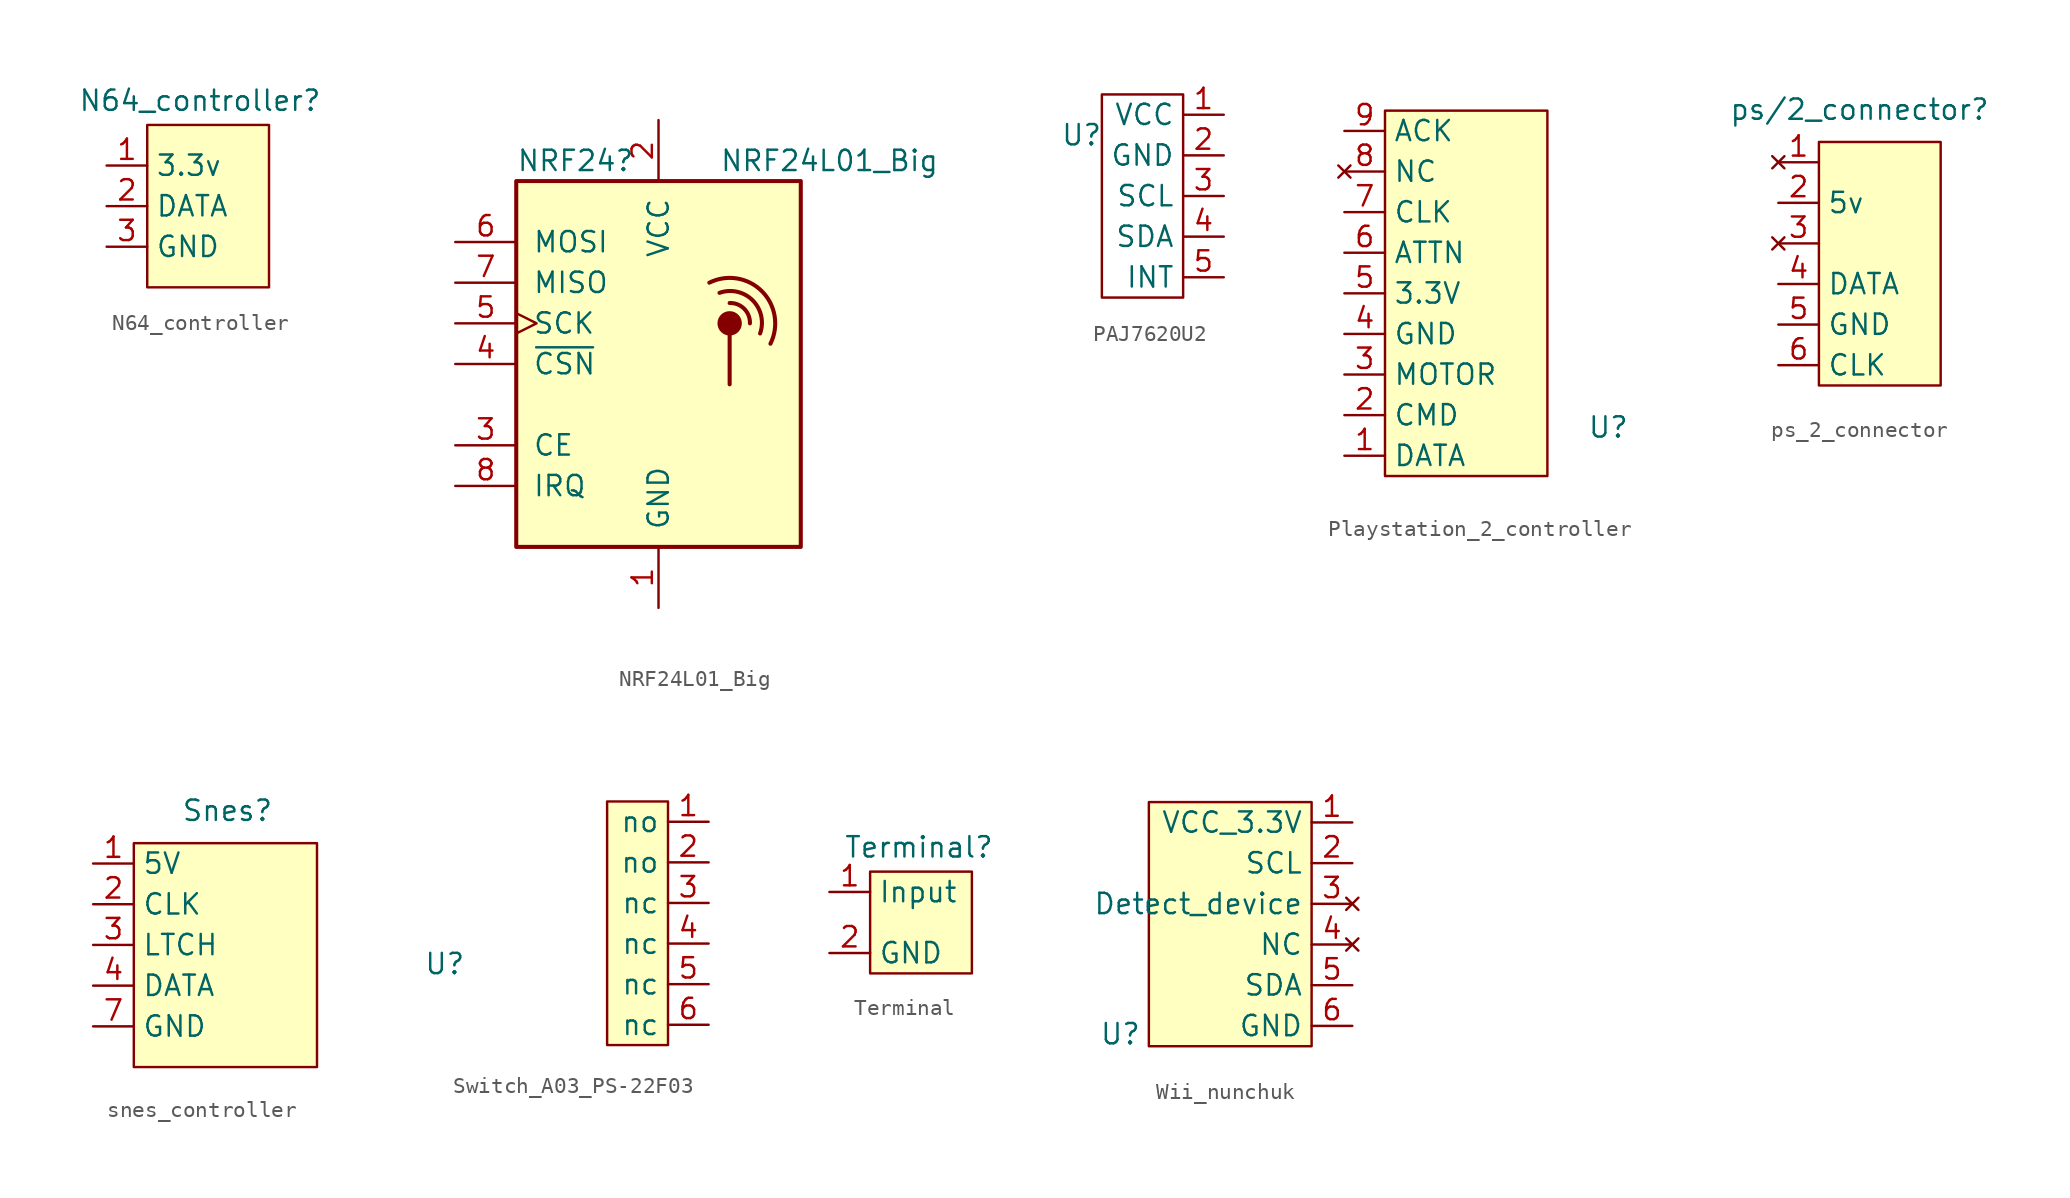
<source format=kicad_sym>
(kicad_symbol_lib
  (version 20231120)
  (generator "kicad_symbol_editor")
  (generator_version "8.0")
  (symbol "N64_controller"
    (property "Reference" "N64_controller"
      (at 5.842 7.874 0)
      (effects (font (size 1.27 1.27))))
    (property "Value" ""
      (at 0 0 0)
      (effects (font (size 1.27 1.27))))
    (symbol "N64_controller_0_1"
      (rectangle (start 2.54 6.35) (end 10.16 -3.81) (stroke (width 0) (type default)) (fill (type background))))
    (symbol "N64_controller_1_1"
      (pin power_in line (at 0 3.81 0) (length 2.54) (name "3.3v" (effects (font (size 1.27 1.27)))) (number "1" (effects (font (size 1.27 1.27)))))
      (pin passive line (at 0 1.27 0) (length 2.54) (name "DATA" (effects (font (size 1.27 1.27)))) (number "2" (effects (font (size 1.27 1.27)))))
      (pin passive line (at 0 -1.27 0) (length 2.54) (name "GND" (effects (font (size 1.27 1.27)))) (number "3" (effects (font (size 1.27 1.27)))))))
  (symbol "NRF24L01_Big"
    (pin_names
      (offset 1.016))
    (property "Reference" "NRF24"
      (at -8.89 12.7 0)
      (effects (font (size 1.27 1.27)) (justify left)))
    (property "Value" "NRF24L01_Big"
      (at 3.81 12.7 0)
      (effects (font (size 1.27 1.27)) (justify left)))
    (symbol "NRF24L01_Big_0_1"
      (rectangle (start -8.89 11.43) (end 8.89 -11.43) (stroke (width 0.254) (type default)) (fill (type background)))
      (polyline (pts (xy 4.445 1.905) (xy 4.445 -1.27)) (stroke (width 0.254) (type default)) (fill (type none)))
      (circle (center 4.445 2.54) (radius 0.635) (stroke (width 0.254) (type default)) (fill (type outline)))
      (arc (start 5.715 2.54) (mid 5.3521 3.4546) (end 4.445 3.81) (stroke (width 0.254) (type default)) (fill (type none)))
      (arc (start 6.35 1.905) (mid 5.8763 3.9854) (end 3.81 4.445) (stroke (width 0.254) (type default)) (fill (type none)))
      (arc (start 6.985 1.27) (mid 6.453 4.548) (end 3.175 5.08) (stroke (width 0.254) (type default)) (fill (type none))))
    (symbol "NRF24L01_Big_1_1"
      (pin power_in line (at 0 -15.24 90) (length 3.81) (name "GND" (effects (font (size 1.27 1.27)))) (number "1" (effects (font (size 1.27 1.27)))))
      (pin power_in line (at 0 15.24 270) (length 3.81) (name "VCC" (effects (font (size 1.27 1.27)))) (number "2" (effects (font (size 1.27 1.27)))))
      (pin input line (at -12.7 -5.08 0) (length 3.81) (name "CE" (effects (font (size 1.27 1.27)))) (number "3" (effects (font (size 1.27 1.27)))))
      (pin input line (at -12.7 0 0) (length 3.81) (name "~{CSN}" (effects (font (size 1.27 1.27)))) (number "4" (effects (font (size 1.27 1.27)))))
      (pin input clock (at -12.7 2.54 0) (length 3.81) (name "SCK" (effects (font (size 1.27 1.27)))) (number "5" (effects (font (size 1.27 1.27)))))
      (pin input line (at -12.7 7.62 0) (length 3.81) (name "MOSI" (effects (font (size 1.27 1.27)))) (number "6" (effects (font (size 1.27 1.27)))))
      (pin output line (at -12.7 5.08 0) (length 3.81) (name "MISO" (effects (font (size 1.27 1.27)))) (number "7" (effects (font (size 1.27 1.27)))))
      (pin output line (at -12.7 -7.62 0) (length 3.81) (name "IRQ" (effects (font (size 1.27 1.27)))) (number "8" (effects (font (size 1.27 1.27)))))))
  (symbol "PAJ7620U2"
    (property "Reference" "U"
      (at 0 0 0)
      (effects (font (size 1.27 1.27))))
    (property "Value" ""
      (at 0 0 0)
      (effects (font (size 1.27 1.27))))
    (symbol "PAJ7620U2_0_1"
      (rectangle (start 1.27 2.54) (end 6.35 -10.16) (stroke (width 0) (type default)) (fill (type none))))
    (symbol "PAJ7620U2_1_1"
      (pin input line (at 8.89 1.27 180) (length 2.54) (name "VCC" (effects (font (size 1.27 1.27)))) (number "1" (effects (font (size 1.27 1.27)))))
      (pin input line (at 8.89 -1.27 180) (length 2.54) (name "GND" (effects (font (size 1.27 1.27)))) (number "2" (effects (font (size 1.27 1.27)))))
      (pin input line (at 8.89 -3.81 180) (length 2.54) (name "SCL" (effects (font (size 1.27 1.27)))) (number "3" (effects (font (size 1.27 1.27)))))
      (pin input line (at 8.89 -6.35 180) (length 2.54) (name "SDA" (effects (font (size 1.27 1.27)))) (number "4" (effects (font (size 1.27 1.27)))))
      (pin input line (at 8.89 -8.89 180) (length 2.54) (name "INT" (effects (font (size 1.27 1.27)))) (number "5" (effects (font (size 1.27 1.27)))))))
  (symbol "Playstation_2_controller"
    (property "Reference" "U"
      (at 15.24 -16.002 0)
      (effects (font (size 1.27 1.27))))
    (property "Value" ""
      (at 0 0 0)
      (effects (font (size 1.27 1.27))))
    (symbol "Playstation_2_controller_0_1"
      (rectangle (start 1.27 3.81) (end 11.43 -19.05) (stroke (width 0) (type default)) (fill (type background))))
    (symbol "Playstation_2_controller_1_1"
      (pin passive line (at -1.27 -17.78 0) (length 2.54) (name "DATA" (effects (font (size 1.27 1.27)))) (number "1" (effects (font (size 1.27 1.27)))))
      (pin passive line (at -1.27 -15.24 0) (length 2.54) (name "CMD" (effects (font (size 1.27 1.27)))) (number "2" (effects (font (size 1.27 1.27)))))
      (pin passive line (at -1.27 -12.7 0) (length 2.54) (name "MOTOR" (effects (font (size 1.27 1.27)))) (number "3" (effects (font (size 1.27 1.27)))))
      (pin passive line (at -1.27 -10.16 0) (length 2.54) (name "GND" (effects (font (size 1.27 1.27)))) (number "4" (effects (font (size 1.27 1.27)))))
      (pin passive line (at -1.27 -7.62 0) (length 2.54) (name "3.3V" (effects (font (size 1.27 1.27)))) (number "5" (effects (font (size 1.27 1.27)))))
      (pin passive line (at -1.27 -5.08 0) (length 2.54) (name "ATTN" (effects (font (size 1.27 1.27)))) (number "6" (effects (font (size 1.27 1.27)))))
      (pin passive line (at -1.27 -2.54 0) (length 2.54) (name "CLK" (effects (font (size 1.27 1.27)))) (number "7" (effects (font (size 1.27 1.27)))))
      (pin no_connect line (at -1.27 0 0) (length 2.54) (name "NC" (effects (font (size 1.27 1.27)))) (number "8" (effects (font (size 1.27 1.27)))))
      (pin passive line (at -1.27 2.54 0) (length 2.54) (name "ACK" (effects (font (size 1.27 1.27)))) (number "9" (effects (font (size 1.27 1.27)))))))
  (symbol "ps_2_connector"
    (property "Reference" "ps/2_connector"
      (at 6.35 8.382 0)
      (effects (font (size 1.27 1.27))))
    (property "Value" ""
      (at 0 0 0)
      (effects (font (size 1.27 1.27))))
    (symbol "ps_2_connector_0_1"
      (rectangle (start 3.81 6.35) (end 11.43 -8.89) (stroke (width 0) (type default)) (fill (type background))))
    (symbol "ps_2_connector_1_1"
      (pin no_connect line (at 1.27 5.08 0) (length 2.54) (name "" (effects (font (size 1.27 1.27)))) (number "1" (effects (font (size 1.27 1.27)))))
      (pin power_out line (at 1.27 2.54 0) (length 2.54) (name "5v" (effects (font (size 1.27 1.27)))) (number "2" (effects (font (size 1.27 1.27)))))
      (pin no_connect line (at 1.27 0 0) (length 2.54) (name "" (effects (font (size 1.27 1.27)))) (number "3" (effects (font (size 1.27 1.27)))))
      (pin passive line (at 1.27 -2.54 0) (length 2.54) (name "DATA" (effects (font (size 1.27 1.27)))) (number "4" (effects (font (size 1.27 1.27)))))
      (pin passive line (at 1.27 -5.08 0) (length 2.54) (name "GND" (effects (font (size 1.27 1.27)))) (number "5" (effects (font (size 1.27 1.27)))))
      (pin passive line (at 1.27 -7.62 0) (length 2.54) (name "CLK" (effects (font (size 1.27 1.27)))) (number "6" (effects (font (size 1.27 1.27)))))))
  (symbol "snes_controller"
    (property "Reference" "Snes"
      (at 3.302 4.572 0)
      (effects (font (size 1.27 1.27))))
    (property "Value" ""
      (at 0 0 0)
      (effects (font (size 1.27 1.27))))
    (symbol "snes_controller_0_1"
      (rectangle (start -2.54 2.54) (end 8.89 -11.43) (stroke (width 0) (type default)) (fill (type background))))
    (symbol "snes_controller_1_1"
      (pin power_in line (at -5.08 1.27 0) (length 2.54) (name "5V" (effects (font (size 1.27 1.27)))) (number "1" (effects (font (size 1.27 1.27)))))
      (pin passive line (at -5.08 -1.27 0) (length 2.54) (name "CLK" (effects (font (size 1.27 1.27)))) (number "2" (effects (font (size 1.27 1.27)))))
      (pin passive line (at -5.08 -3.81 0) (length 2.54) (name "LTCH" (effects (font (size 1.27 1.27)))) (number "3" (effects (font (size 1.27 1.27)))))
      (pin passive line (at -5.08 -6.35 0) (length 2.54) (name "DATA" (effects (font (size 1.27 1.27)))) (number "4" (effects (font (size 1.27 1.27)))))
      (pin passive line (at -5.08 -8.89 0) (length 2.54) (name "GND" (effects (font (size 1.27 1.27)))) (number "7" (effects (font (size 1.27 1.27)))))))
  (symbol "Switch_A03_PS-22F03"
    (property "Reference" "U"
      (at 0 0 0)
      (effects (font (size 1.27 1.27))))
    (property "Value" ""
      (at 0 0 0)
      (effects (font (size 1.27 1.27))))
    (symbol "Switch_A03_PS-22F03_0_1"
      (rectangle (start 10.16 10.16) (end 13.97 -5.08) (stroke (width 0) (type default)) (fill (type background))))
    (symbol "Switch_A03_PS-22F03_1_1"
      (pin input line (at 16.51 8.89 180) (length 2.54) (name "no" (effects (font (size 1.27 1.27)))) (number "1" (effects (font (size 1.27 1.27)))))
      (pin input line (at 16.51 6.35 180) (length 2.54) (name "no" (effects (font (size 1.27 1.27)))) (number "2" (effects (font (size 1.27 1.27)))))
      (pin input line (at 16.51 3.81 180) (length 2.54) (name "nc" (effects (font (size 1.27 1.27)))) (number "3" (effects (font (size 1.27 1.27)))))
      (pin input line (at 16.51 1.27 180) (length 2.54) (name "nc" (effects (font (size 1.27 1.27)))) (number "4" (effects (font (size 1.27 1.27)))))
      (pin input line (at 16.51 -1.27 180) (length 2.54) (name "nc" (effects (font (size 1.27 1.27)))) (number "5" (effects (font (size 1.27 1.27)))))
      (pin input line (at 16.51 -3.81 180) (length 2.54) (name "nc" (effects (font (size 1.27 1.27)))) (number "6" (effects (font (size 1.27 1.27)))))))
  (symbol "Terminal"
    (property "Reference" "Terminal"
      (at 4.318 -3.556 0)
      (effects (font (size 1.27 1.27))))
    (property "Value" ""
      (at 0 0 0)
      (effects (font (size 1.27 1.27))))
    (symbol "Terminal_0_1"
      (rectangle (start 1.27 -5.08) (end 7.62 -11.43) (stroke (width 0) (type default)) (fill (type background))))
    (symbol "Terminal_1_1"
      (pin power_in line (at -1.27 -6.35 0) (length 2.54) (name "Input" (effects (font (size 1.27 1.27)))) (number "1" (effects (font (size 1.27 1.27)))))
      (pin passive line (at -1.27 -10.16 0) (length 2.54) (name "GND" (effects (font (size 1.27 1.27)))) (number "2" (effects (font (size 1.27 1.27)))))))
  (symbol "Wii_nunchuk"
    (property "Reference" "U"
      (at -1.778 -3.048 0)
      (effects (font (size 1.27 1.27))))
    (property "Value" ""
      (at 0 0 0)
      (effects (font (size 1.27 1.27))))
    (symbol "Wii_nunchuk_1_1"
      (rectangle (start 0 11.43) (end 10.16 -3.81) (stroke (width 0) (type default)) (fill (type background)))
      (pin power_in line (at 12.7 10.16 180) (length 2.54) (name "VCC_3.3V" (effects (font (size 1.27 1.27)))) (number "1" (effects (font (size 1.27 1.27)))))
      (pin passive line (at 12.7 7.62 180) (length 2.54) (name "SCL" (effects (font (size 1.27 1.27)))) (number "2" (effects (font (size 1.27 1.27)))))
      (pin no_connect line (at 12.7 5.08 180) (length 2.54) (name "Detect_device" (effects (font (size 1.27 1.27)))) (number "3" (effects (font (size 1.27 1.27)))))
      (pin no_connect line (at 12.7 2.54 180) (length 2.54) (name "NC" (effects (font (size 1.27 1.27)))) (number "4" (effects (font (size 1.27 1.27)))))
      (pin passive line (at 12.7 0 180) (length 2.54) (name "SDA" (effects (font (size 1.27 1.27)))) (number "5" (effects (font (size 1.27 1.27)))))
      (pin passive line (at 12.7 -2.54 180) (length 2.54) (name "GND" (effects (font (size 1.27 1.27)))) (number "6" (effects (font (size 1.27 1.27))))))))
</source>
